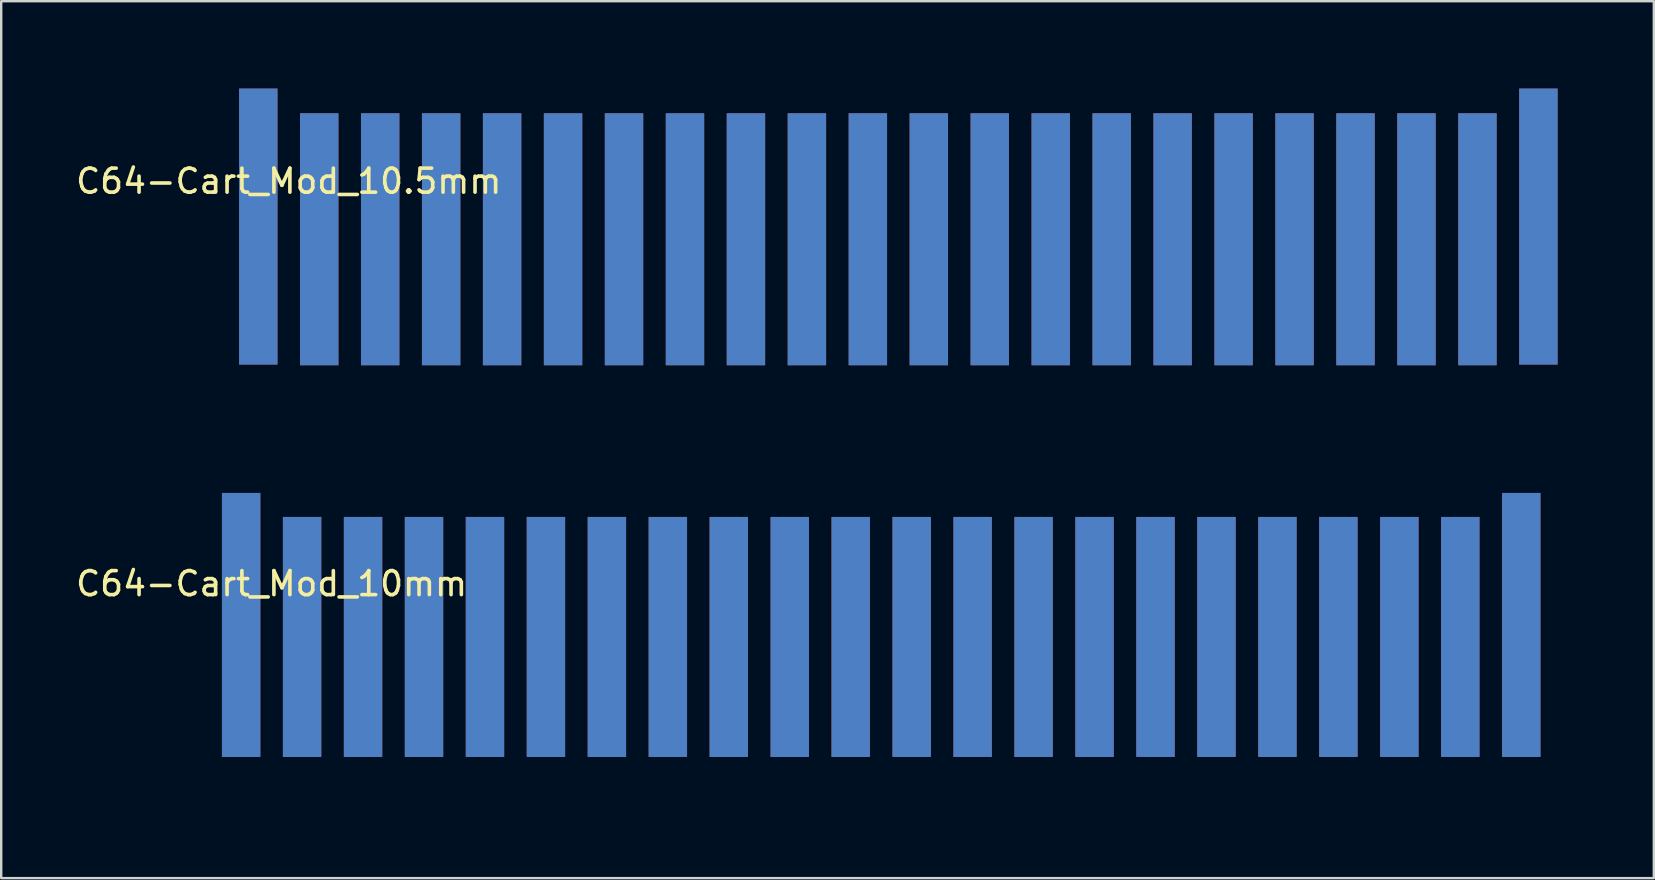
<source format=kicad_pcb>
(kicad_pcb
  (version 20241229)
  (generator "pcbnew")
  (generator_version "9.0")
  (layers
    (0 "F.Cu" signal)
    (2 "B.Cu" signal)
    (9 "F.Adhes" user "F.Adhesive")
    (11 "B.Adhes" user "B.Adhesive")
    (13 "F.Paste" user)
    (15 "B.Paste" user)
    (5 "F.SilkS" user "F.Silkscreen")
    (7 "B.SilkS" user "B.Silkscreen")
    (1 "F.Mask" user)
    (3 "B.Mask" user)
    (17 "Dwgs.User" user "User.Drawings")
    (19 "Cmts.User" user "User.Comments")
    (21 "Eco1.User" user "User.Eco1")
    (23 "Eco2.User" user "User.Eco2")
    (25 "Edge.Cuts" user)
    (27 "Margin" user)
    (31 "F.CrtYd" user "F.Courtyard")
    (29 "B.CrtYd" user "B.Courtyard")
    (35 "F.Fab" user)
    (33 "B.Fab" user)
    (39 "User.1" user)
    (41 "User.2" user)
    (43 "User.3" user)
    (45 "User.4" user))
  (footprint "C64-Cart_Mod_10.5mm"
    (layer "F.Cu")
    (at 5.172 13.52)
    (property "Reference" "C64-Cart_Mod_10.5mm" (at 3.81 -9.018 0) (layer "F.SilkS") (effects (font (size 1 1) (thickness 0.15))))
    (attr through_hole)
    (pad "" smd rect (at 28.89 -7.27 180) (size 57.6 12.5) (layers "F.Mask"))
    (pad "" smd rect (at 28.89 -7.27 180) (size 57.6 12.5) (layers "B.Mask"))
    (pad "1" smd rect (at 2.54 -7.13 180) (size 1.6 11.5) (layers "F.Cu" "F.Mask" "F.Paste"))
    (pad "2" smd rect (at 5.08 -6.6 180) (size 1.6 10.5) (layers "F.Cu" "F.Mask" "F.Paste"))
    (pad "3" smd rect (at 7.62 -6.6 180) (size 1.6 10.5) (layers "F.Cu" "F.Mask" "F.Paste"))
    (pad "4" smd rect (at 10.16 -6.6 180) (size 1.6 10.5) (layers "F.Cu" "F.Mask" "F.Paste"))
    (pad "5" smd rect (at 12.7 -6.6 180) (size 1.6 10.5) (layers "F.Cu" "F.Mask" "F.Paste"))
    (pad "6" smd rect (at 15.24 -6.6 180) (size 1.6 10.5) (layers "F.Cu" "F.Mask" "F.Paste"))
    (pad "7" smd rect (at 17.78 -6.6 180) (size 1.6 10.5) (layers "F.Cu" "F.Mask" "F.Paste"))
    (pad "8" smd rect (at 20.32 -6.6 180) (size 1.6 10.5) (layers "F.Cu" "F.Mask" "F.Paste"))
    (pad "9" smd rect (at 22.86 -6.6 180) (size 1.6 10.5) (layers "F.Cu" "F.Mask" "F.Paste"))
    (pad "10" smd rect (at 25.4 -6.6 180) (size 1.6 10.5) (layers "F.Cu" "F.Mask" "F.Paste"))
    (pad "11" smd rect (at 27.94 -6.6 180) (size 1.6 10.5) (layers "F.Cu" "F.Mask" "F.Paste"))
    (pad "12" smd rect (at 30.48 -6.6 180) (size 1.6 10.5) (layers "F.Cu" "F.Mask" "F.Paste"))
    (pad "13" smd rect (at 33.02 -6.6 180) (size 1.6 10.5) (layers "F.Cu" "F.Mask" "F.Paste"))
    (pad "14" smd rect (at 35.56 -6.6 180) (size 1.6 10.5) (layers "F.Cu" "F.Mask" "F.Paste"))
    (pad "15" smd rect (at 38.1 -6.6 180) (size 1.6 10.5) (layers "F.Cu" "F.Mask" "F.Paste"))
    (pad "16" smd rect (at 40.64 -6.6 180) (size 1.6 10.5) (layers "F.Cu" "F.Mask" "F.Paste"))
    (pad "17" smd rect (at 43.18 -6.6 180) (size 1.6 10.5) (layers "F.Cu" "F.Mask" "F.Paste"))
    (pad "18" smd rect (at 45.72 -6.6 180) (size 1.6 10.5) (layers "F.Cu" "F.Mask" "F.Paste"))
    (pad "19" smd rect (at 48.26 -6.6 180) (size 1.6 10.5) (layers "F.Cu" "F.Mask" "F.Paste"))
    (pad "20" smd rect (at 50.8 -6.6 180) (size 1.6 10.5) (layers "F.Cu" "F.Mask" "F.Paste"))
    (pad "21" smd rect (at 53.34 -6.6 180) (size 1.6 10.5) (layers "F.Cu" "F.Mask" "F.Paste"))
    (pad "22" smd rect (at 55.88 -7.13 180) (size 1.6 11.5) (layers "F.Cu" "F.Mask" "F.Paste"))
    (pad "A" smd rect (at 2.54 -7.13) (size 1.6 11.5) (layers "B.Cu" "B.Mask" "B.Paste"))
    (pad "B" smd rect (at 5.08 -6.6) (size 1.6 10.5) (layers "B.Cu" "B.Mask" "B.Paste"))
    (pad "C" smd rect (at 7.62 -6.6) (size 1.6 10.5) (layers "B.Cu" "B.Mask" "B.Paste"))
    (pad "D" smd rect (at 10.16 -6.6) (size 1.6 10.5) (layers "B.Cu" "B.Mask" "B.Paste"))
    (pad "E" smd rect (at 12.7 -6.6) (size 1.6 10.5) (layers "B.Cu" "B.Mask" "B.Paste"))
    (pad "F" smd rect (at 15.24 -6.6) (size 1.6 10.5) (layers "B.Cu" "B.Mask" "B.Paste"))
    (pad "H" smd rect (at 17.78 -6.6) (size 1.6 10.5) (layers "B.Cu" "B.Mask" "B.Paste"))
    (pad "J" smd rect (at 20.32 -6.6) (size 1.6 10.5) (layers "B.Cu" "B.Mask" "B.Paste"))
    (pad "K" smd rect (at 22.86 -6.6) (size 1.6 10.5) (layers "B.Cu" "B.Mask" "B.Paste"))
    (pad "L" smd rect (at 25.4 -6.6) (size 1.6 10.5) (layers "B.Cu" "B.Mask" "B.Paste"))
    (pad "M" smd rect (at 27.94 -6.6) (size 1.6 10.5) (layers "B.Cu" "B.Mask" "B.Paste"))
    (pad "N" smd rect (at 30.48 -6.6) (size 1.6 10.5) (layers "B.Cu" "B.Mask" "B.Paste"))
    (pad "P" smd rect (at 33.02 -6.6) (size 1.6 10.5) (layers "B.Cu" "B.Mask" "B.Paste"))
    (pad "R" smd rect (at 35.56 -6.6) (size 1.6 10.5) (layers "B.Cu" "B.Mask" "B.Paste"))
    (pad "S" smd rect (at 38.1 -6.6) (size 1.6 10.5) (layers "B.Cu" "B.Mask" "B.Paste"))
    (pad "T" smd rect (at 40.64 -6.6) (size 1.6 10.5) (layers "B.Cu" "B.Mask" "B.Paste"))
    (pad "U" smd rect (at 43.18 -6.6) (size 1.6 10.5) (layers "B.Cu" "B.Mask" "B.Paste"))
    (pad "V" smd rect (at 45.72 -6.6) (size 1.6 10.5) (layers "B.Cu" "B.Mask" "B.Paste"))
    (pad "W" smd rect (at 48.26 -6.6) (size 1.6 10.5) (layers "B.Cu" "B.Mask" "B.Paste"))
    (pad "X" smd rect (at 50.8 -6.6) (size 1.6 10.5) (layers "B.Cu" "B.Mask" "B.Paste"))
    (pad "Y" smd rect (at 53.34 -6.6) (size 1.6 10.5) (layers "B.Cu" "B.Mask" "B.Paste"))
    (pad "Z" smd rect (at 55.88 -7.13) (size 1.6 11.5) (layers "B.Cu" "B.Mask" "B.Paste")))
  (footprint "C64-Cart_Mod_10mm"
    (layer "F.Cu")
    (at 4.458 30.29)
    (property "Reference" "C64-Cart_Mod_10mm" (at 3.81 -9.018 0) (layer "F.SilkS") (effects (font (size 1 1) (thickness 0.15))))
    (attr through_hole)
    (pad "" smd rect (at 28.89 -7.52 180) (size 57.6 12) (layers "F.Mask"))
    (pad "" smd rect (at 28.89 -7.52 180) (size 57.6 12) (layers "B.Mask"))
    (pad "1" smd rect (at 2.54 -7.3 180) (size 1.6 11) (layers "F.Cu" "F.Mask" "F.Paste"))
    (pad "2" smd rect (at 5.08 -6.8 180) (size 1.6 10) (layers "F.Cu" "F.Mask" "F.Paste"))
    (pad "3" smd rect (at 7.62 -6.8 180) (size 1.6 10) (layers "F.Cu" "F.Mask" "F.Paste"))
    (pad "4" smd rect (at 10.16 -6.8 180) (size 1.6 10) (layers "F.Cu" "F.Mask" "F.Paste"))
    (pad "5" smd rect (at 12.7 -6.8 180) (size 1.6 10) (layers "F.Cu" "F.Mask" "F.Paste"))
    (pad "6" smd rect (at 15.24 -6.8 180) (size 1.6 10) (layers "F.Cu" "F.Mask" "F.Paste"))
    (pad "7" smd rect (at 17.78 -6.8 180) (size 1.6 10) (layers "F.Cu" "F.Mask" "F.Paste"))
    (pad "8" smd rect (at 20.32 -6.8 180) (size 1.6 10) (layers "F.Cu" "F.Mask" "F.Paste"))
    (pad "9" smd rect (at 22.86 -6.8 180) (size 1.6 10) (layers "F.Cu" "F.Mask" "F.Paste"))
    (pad "10" smd rect (at 25.4 -6.8 180) (size 1.6 10) (layers "F.Cu" "F.Mask" "F.Paste"))
    (pad "11" smd rect (at 27.94 -6.8 180) (size 1.6 10) (layers "F.Cu" "F.Mask" "F.Paste"))
    (pad "12" smd rect (at 30.48 -6.8 180) (size 1.6 10) (layers "F.Cu" "F.Mask" "F.Paste"))
    (pad "13" smd rect (at 33.02 -6.8 180) (size 1.6 10) (layers "F.Cu" "F.Mask" "F.Paste"))
    (pad "14" smd rect (at 35.56 -6.8 180) (size 1.6 10) (layers "F.Cu" "F.Mask" "F.Paste"))
    (pad "15" smd rect (at 38.1 -6.8 180) (size 1.6 10) (layers "F.Cu" "F.Mask" "F.Paste"))
    (pad "16" smd rect (at 40.64 -6.8 180) (size 1.6 10) (layers "F.Cu" "F.Mask" "F.Paste"))
    (pad "17" smd rect (at 43.18 -6.8 180) (size 1.6 10) (layers "F.Cu" "F.Mask" "F.Paste"))
    (pad "18" smd rect (at 45.72 -6.8 180) (size 1.6 10) (layers "F.Cu" "F.Mask" "F.Paste"))
    (pad "19" smd rect (at 48.26 -6.8 180) (size 1.6 10) (layers "F.Cu" "F.Mask" "F.Paste"))
    (pad "20" smd rect (at 50.8 -6.8 180) (size 1.6 10) (layers "F.Cu" "F.Mask" "F.Paste"))
    (pad "21" smd rect (at 53.34 -6.8 180) (size 1.6 10) (layers "F.Cu" "F.Mask" "F.Paste"))
    (pad "22" smd rect (at 55.88 -7.3 180) (size 1.6 11) (layers "F.Cu" "F.Mask" "F.Paste"))
    (pad "A" smd rect (at 2.54 -7.3) (size 1.6 11) (layers "B.Cu" "B.Mask" "B.Paste"))
    (pad "B" smd rect (at 5.08 -6.8) (size 1.6 10) (layers "B.Cu" "B.Mask" "B.Paste"))
    (pad "C" smd rect (at 7.62 -6.8) (size 1.6 10) (layers "B.Cu" "B.Mask" "B.Paste"))
    (pad "D" smd rect (at 10.16 -6.8) (size 1.6 10) (layers "B.Cu" "B.Mask" "B.Paste"))
    (pad "E" smd rect (at 12.7 -6.8) (size 1.6 10) (layers "B.Cu" "B.Mask" "B.Paste"))
    (pad "F" smd rect (at 15.24 -6.8) (size 1.6 10) (layers "B.Cu" "B.Mask" "B.Paste"))
    (pad "H" smd rect (at 17.78 -6.8) (size 1.6 10) (layers "B.Cu" "B.Mask" "B.Paste"))
    (pad "J" smd rect (at 20.32 -6.8) (size 1.6 10) (layers "B.Cu" "B.Mask" "B.Paste"))
    (pad "K" smd rect (at 22.86 -6.8) (size 1.6 10) (layers "B.Cu" "B.Mask" "B.Paste"))
    (pad "L" smd rect (at 25.4 -6.8) (size 1.6 10) (layers "B.Cu" "B.Mask" "B.Paste"))
    (pad "M" smd rect (at 27.94 -6.8) (size 1.6 10) (layers "B.Cu" "B.Mask" "B.Paste"))
    (pad "N" smd rect (at 30.48 -6.8) (size 1.6 10) (layers "B.Cu" "B.Mask" "B.Paste"))
    (pad "P" smd rect (at 33.02 -6.8) (size 1.6 10) (layers "B.Cu" "B.Mask" "B.Paste"))
    (pad "R" smd rect (at 35.56 -6.8) (size 1.6 10) (layers "B.Cu" "B.Mask" "B.Paste"))
    (pad "S" smd rect (at 38.1 -6.8) (size 1.6 10) (layers "B.Cu" "B.Mask" "B.Paste"))
    (pad "T" smd rect (at 40.64 -6.8) (size 1.6 10) (layers "B.Cu" "B.Mask" "B.Paste"))
    (pad "U" smd rect (at 43.18 -6.8) (size 1.6 10) (layers "B.Cu" "B.Mask" "B.Paste"))
    (pad "V" smd rect (at 45.72 -6.8) (size 1.6 10) (layers "B.Cu" "B.Mask" "B.Paste"))
    (pad "W" smd rect (at 48.26 -6.8) (size 1.6 10) (layers "B.Cu" "B.Mask" "B.Paste"))
    (pad "X" smd rect (at 50.8 -6.8) (size 1.6 10) (layers "B.Cu" "B.Mask" "B.Paste"))
    (pad "Y" smd rect (at 53.34 -6.8) (size 1.6 10) (layers "B.Cu" "B.Mask" "B.Paste"))
    (pad "Z" smd rect (at 55.88 -7.3) (size 1.6 11) (layers "B.Cu" "B.Mask" "B.Paste")))
  (gr_rect
    (start -3 -3)
    (end 65.862 33.54)
    (stroke (width 0.1) (type default))
    (fill no)
    (layer "Edge.Cuts")))
</source>
